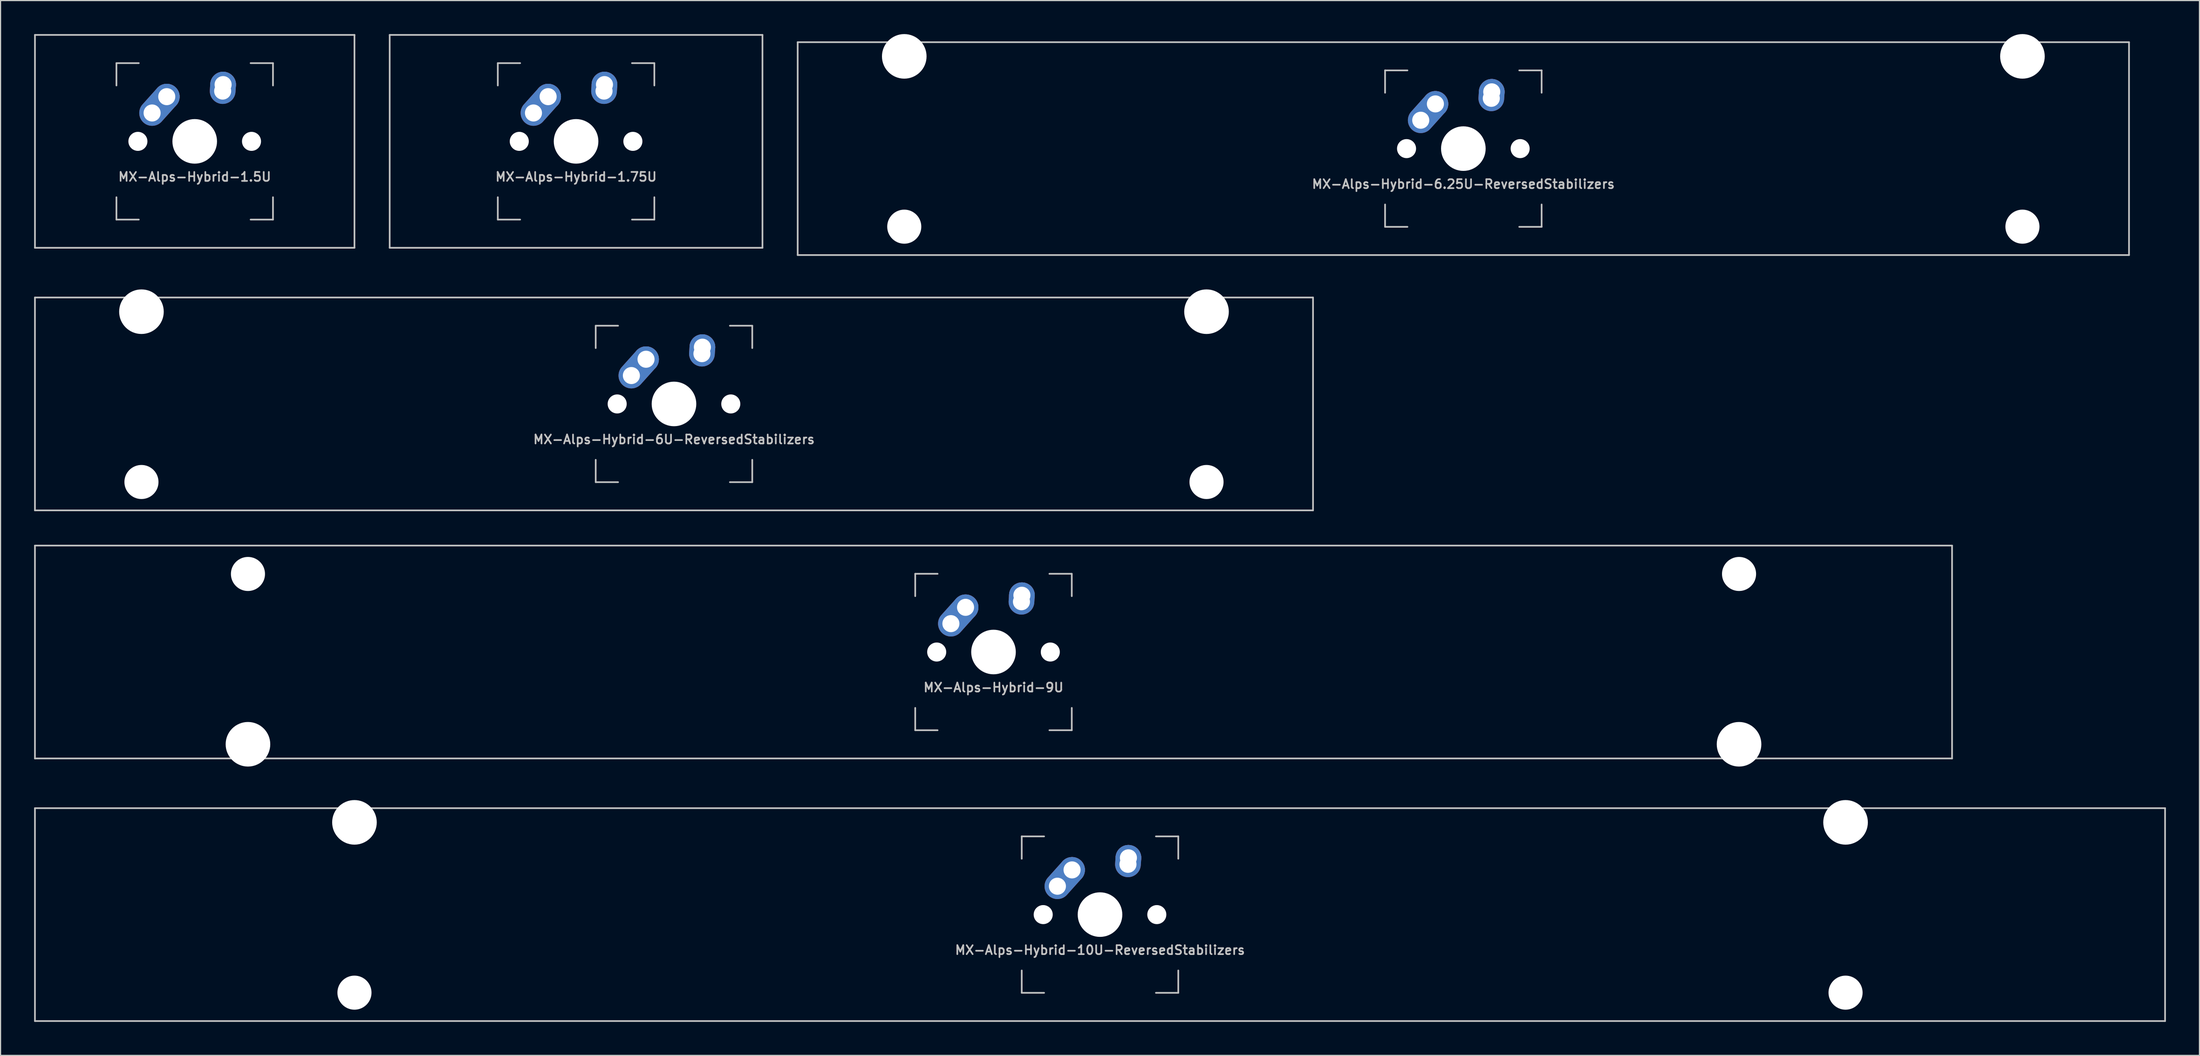
<source format=kicad_pcb>
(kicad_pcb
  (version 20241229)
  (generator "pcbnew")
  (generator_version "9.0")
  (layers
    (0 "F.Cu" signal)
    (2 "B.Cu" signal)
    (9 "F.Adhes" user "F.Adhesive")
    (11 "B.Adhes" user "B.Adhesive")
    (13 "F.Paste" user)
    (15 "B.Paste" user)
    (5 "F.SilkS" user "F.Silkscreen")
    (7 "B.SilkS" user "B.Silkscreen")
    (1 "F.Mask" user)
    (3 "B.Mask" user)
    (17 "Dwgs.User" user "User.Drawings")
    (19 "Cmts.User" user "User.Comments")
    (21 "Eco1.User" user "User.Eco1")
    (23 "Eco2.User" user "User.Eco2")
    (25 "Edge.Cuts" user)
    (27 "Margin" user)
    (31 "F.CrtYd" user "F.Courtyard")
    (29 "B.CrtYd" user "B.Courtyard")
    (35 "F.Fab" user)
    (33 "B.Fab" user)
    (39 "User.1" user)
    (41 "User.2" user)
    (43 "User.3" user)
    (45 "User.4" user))
  (footprint "MX-Alps-Hybrid-9U"
    (layer "F.Cu")
    (at 85.8 55.298)
    (property "Reference" "MX-Alps-Hybrid-9U" (at 0 3.175 0) (layer "Dwgs.User") (effects (font (size 0.8 0.8) (thickness 0.15))))
    (attr through_hole)
    (fp_line (start -85.725 9.525) (end -85.725 -9.525) (stroke (width 0.15) (type solid)) (layer "Dwgs.User"))
    (fp_line (start -7 -7) (end -7 -5) (stroke (width 0.15) (type solid)) (layer "Dwgs.User"))
    (fp_line (start -7 5) (end -7 7) (stroke (width 0.15) (type solid)) (layer "Dwgs.User"))
    (fp_line (start -7 7) (end -5 7) (stroke (width 0.15) (type solid)) (layer "Dwgs.User"))
    (fp_line (start -5 -7) (end -7 -7) (stroke (width 0.15) (type solid)) (layer "Dwgs.User"))
    (fp_line (start 5 -7) (end 7 -7) (stroke (width 0.15) (type solid)) (layer "Dwgs.User"))
    (fp_line (start 5 7) (end 7 7) (stroke (width 0.15) (type solid)) (layer "Dwgs.User"))
    (fp_line (start 7 -7) (end 7 -5) (stroke (width 0.15) (type solid)) (layer "Dwgs.User"))
    (fp_line (start 7 7) (end 7 5) (stroke (width 0.15) (type solid)) (layer "Dwgs.User"))
    (fp_line (start 85.725 -9.525) (end -85.725 -9.525) (stroke (width 0.15) (type solid)) (layer "Dwgs.User"))
    (fp_line (start 85.725 9.525) (end -85.725 9.525) (stroke (width 0.15) (type solid)) (layer "Dwgs.User"))
    (fp_line (start 85.725 9.525) (end 85.725 -9.525) (stroke (width 0.15) (type solid)) (layer "Dwgs.User"))
    (pad "" np_thru_hole circle (at -66.675 -6.985) (size 3.048 3.048) (drill 3.048) (layers "*.Cu" "*.Mask"))
    (pad "" np_thru_hole circle (at -66.675 8.255) (size 3.988 3.988) (drill 3.988) (layers "*.Cu" "*.Mask"))
    (pad "" np_thru_hole circle (at -5.08 0 48.099) (size 1.702 1.702) (drill 1.702) (layers "*.Cu" "*.Mask"))
    (pad "" np_thru_hole circle (at 0 0) (size 3.988 3.988) (drill 3.988) (layers "*.Cu" "*.Mask"))
    (pad "" np_thru_hole circle (at 5.08 0 48.099) (size 1.702 1.702) (drill 1.702) (layers "*.Cu" "*.Mask"))
    (pad "" np_thru_hole circle (at 66.675 -6.985) (size 3.048 3.048) (drill 3.048) (layers "*.Cu" "*.Mask"))
    (pad "" np_thru_hole circle (at 66.675 8.255) (size 3.988 3.988) (drill 3.988) (layers "*.Cu" "*.Mask"))
    (pad "1" thru_hole oval (at -3.81 -2.54 48.099) (size 4.262 2.3) (drill 1.524 (offset 0.981 0)) (layers "*.Cu" "*.Mask"))
    (pad "1" thru_hole circle (at -2.5 -4) (size 2.3 2.3) (drill 1.524) (layers "*.Cu" "*.Mask"))
    (pad "2" thru_hole oval (at 2.5 -4.5 86.054) (size 2.881 2.3) (drill 1.524 (offset 0.291 0)) (layers "*.Cu" "*.Mask"))
    (pad "2" thru_hole circle (at 2.54 -5.08) (size 2.3 2.3) (drill 1.524) (layers "*.Cu" "*.Mask")))
  (footprint "MX-Alps-Hybrid-1.75U"
    (layer "F.Cu")
    (at 48.469 9.6)
    (property "Reference" "MX-Alps-Hybrid-1.75U" (at 0 3.175 0) (layer "Dwgs.User") (effects (font (size 0.8 0.8) (thickness 0.15))))
    (attr through_hole)
    (fp_line (start -16.669 9.525) (end -16.669 -9.525) (stroke (width 0.15) (type solid)) (layer "Dwgs.User"))
    (fp_line (start -7 -7) (end -7 -5) (stroke (width 0.15) (type solid)) (layer "Dwgs.User"))
    (fp_line (start -7 5) (end -7 7) (stroke (width 0.15) (type solid)) (layer "Dwgs.User"))
    (fp_line (start -7 7) (end -5 7) (stroke (width 0.15) (type solid)) (layer "Dwgs.User"))
    (fp_line (start -5 -7) (end -7 -7) (stroke (width 0.15) (type solid)) (layer "Dwgs.User"))
    (fp_line (start 5 -7) (end 7 -7) (stroke (width 0.15) (type solid)) (layer "Dwgs.User"))
    (fp_line (start 5 7) (end 7 7) (stroke (width 0.15) (type solid)) (layer "Dwgs.User"))
    (fp_line (start 7 -7) (end 7 -5) (stroke (width 0.15) (type solid)) (layer "Dwgs.User"))
    (fp_line (start 7 7) (end 7 5) (stroke (width 0.15) (type solid)) (layer "Dwgs.User"))
    (fp_line (start 16.669 -9.525) (end -16.669 -9.525) (stroke (width 0.15) (type solid)) (layer "Dwgs.User"))
    (fp_line (start 16.669 9.525) (end -16.669 9.525) (stroke (width 0.15) (type solid)) (layer "Dwgs.User"))
    (fp_line (start 16.669 9.525) (end 16.669 -9.525) (stroke (width 0.15) (type solid)) (layer "Dwgs.User"))
    (pad "" np_thru_hole circle (at -5.08 0 48.099) (size 1.702 1.702) (drill 1.702) (layers "*.Cu" "*.Mask"))
    (pad "" np_thru_hole circle (at 0 0) (size 3.988 3.988) (drill 3.988) (layers "*.Cu" "*.Mask"))
    (pad "" np_thru_hole circle (at 5.08 0 48.099) (size 1.702 1.702) (drill 1.702) (layers "*.Cu" "*.Mask"))
    (pad "1" thru_hole oval (at -3.81 -2.54 48.099) (size 4.262 2.3) (drill 1.524 (offset 0.981 0)) (layers "*.Cu" "*.Mask"))
    (pad "1" thru_hole circle (at -2.5 -4) (size 2.3 2.3) (drill 1.524) (layers "*.Cu" "*.Mask"))
    (pad "2" thru_hole oval (at 2.5 -4.5 86.054) (size 2.881 2.3) (drill 1.524 (offset 0.291 0)) (layers "*.Cu" "*.Mask"))
    (pad "2" thru_hole circle (at 2.54 -5.08) (size 2.3 2.3) (drill 1.524) (layers "*.Cu" "*.Mask")))
  (footprint "MX-Alps-Hybrid-6.25U-ReversedStabilizers"
    (layer "F.Cu")
    (at 127.819 10.249)
    (property "Reference" "MX-Alps-Hybrid-6.25U-ReversedStabilizers" (at 0 3.175 0) (layer "Dwgs.User") (effects (font (size 0.8 0.8) (thickness 0.15))))
    (attr through_hole)
    (fp_line (start -59.531 9.525) (end -59.531 -9.525) (stroke (width 0.15) (type solid)) (layer "Dwgs.User"))
    (fp_line (start -7 -7) (end -7 -5) (stroke (width 0.15) (type solid)) (layer "Dwgs.User"))
    (fp_line (start -7 5) (end -7 7) (stroke (width 0.15) (type solid)) (layer "Dwgs.User"))
    (fp_line (start -7 7) (end -5 7) (stroke (width 0.15) (type solid)) (layer "Dwgs.User"))
    (fp_line (start -5 -7) (end -7 -7) (stroke (width 0.15) (type solid)) (layer "Dwgs.User"))
    (fp_line (start 5 -7) (end 7 -7) (stroke (width 0.15) (type solid)) (layer "Dwgs.User"))
    (fp_line (start 5 7) (end 7 7) (stroke (width 0.15) (type solid)) (layer "Dwgs.User"))
    (fp_line (start 7 -7) (end 7 -5) (stroke (width 0.15) (type solid)) (layer "Dwgs.User"))
    (fp_line (start 7 7) (end 7 5) (stroke (width 0.15) (type solid)) (layer "Dwgs.User"))
    (fp_line (start 59.531 -9.525) (end -59.531 -9.525) (stroke (width 0.15) (type solid)) (layer "Dwgs.User"))
    (fp_line (start 59.531 9.525) (end -59.531 9.525) (stroke (width 0.15) (type solid)) (layer "Dwgs.User"))
    (fp_line (start 59.531 9.525) (end 59.531 -9.525) (stroke (width 0.15) (type solid)) (layer "Dwgs.User"))
    (pad "" np_thru_hole circle (at -50 -8.255) (size 3.988 3.988) (drill 3.988) (layers "*.Cu" "*.Mask"))
    (pad "" np_thru_hole circle (at -50 6.985) (size 3.048 3.048) (drill 3.048) (layers "*.Cu" "*.Mask"))
    (pad "" np_thru_hole circle (at -5.08 0 48.099) (size 1.702 1.702) (drill 1.702) (layers "*.Cu" "*.Mask"))
    (pad "" np_thru_hole circle (at 0 0) (size 3.988 3.988) (drill 3.988) (layers "*.Cu" "*.Mask"))
    (pad "" np_thru_hole circle (at 5.08 0 48.099) (size 1.702 1.702) (drill 1.702) (layers "*.Cu" "*.Mask"))
    (pad "" np_thru_hole circle (at 50 -8.255) (size 3.988 3.988) (drill 3.988) (layers "*.Cu" "*.Mask"))
    (pad "" np_thru_hole circle (at 50 6.985) (size 3.048 3.048) (drill 3.048) (layers "*.Cu" "*.Mask"))
    (pad "1" thru_hole oval (at -3.81 -2.54 48.099) (size 4.262 2.3) (drill 1.524 (offset 0.981 0)) (layers "*.Cu" "*.Mask"))
    (pad "1" thru_hole circle (at -2.5 -4) (size 2.3 2.3) (drill 1.524) (layers "*.Cu" "*.Mask"))
    (pad "2" thru_hole oval (at 2.5 -4.5 86.054) (size 2.881 2.3) (drill 1.524 (offset 0.291 0)) (layers "*.Cu" "*.Mask"))
    (pad "2" thru_hole circle (at 2.54 -5.08) (size 2.3 2.3) (drill 1.524) (layers "*.Cu" "*.Mask")))
  (footprint "MX-Alps-Hybrid-6U-ReversedStabilizers"
    (layer "F.Cu")
    (at 57.225 33.098)
    (property "Reference" "MX-Alps-Hybrid-6U-ReversedStabilizers" (at 0 3.175 0) (layer "Dwgs.User") (effects (font (size 0.8 0.8) (thickness 0.15))))
    (attr through_hole)
    (fp_line (start -57.15 9.525) (end -57.15 -9.525) (stroke (width 0.15) (type solid)) (layer "Dwgs.User"))
    (fp_line (start -7 -7) (end -7 -5) (stroke (width 0.15) (type solid)) (layer "Dwgs.User"))
    (fp_line (start -7 5) (end -7 7) (stroke (width 0.15) (type solid)) (layer "Dwgs.User"))
    (fp_line (start -7 7) (end -5 7) (stroke (width 0.15) (type solid)) (layer "Dwgs.User"))
    (fp_line (start -5 -7) (end -7 -7) (stroke (width 0.15) (type solid)) (layer "Dwgs.User"))
    (fp_line (start 5 -7) (end 7 -7) (stroke (width 0.15) (type solid)) (layer "Dwgs.User"))
    (fp_line (start 5 7) (end 7 7) (stroke (width 0.15) (type solid)) (layer "Dwgs.User"))
    (fp_line (start 7 -7) (end 7 -5) (stroke (width 0.15) (type solid)) (layer "Dwgs.User"))
    (fp_line (start 7 7) (end 7 5) (stroke (width 0.15) (type solid)) (layer "Dwgs.User"))
    (fp_line (start 57.15 -9.525) (end -57.15 -9.525) (stroke (width 0.15) (type solid)) (layer "Dwgs.User"))
    (fp_line (start 57.15 9.525) (end -57.15 9.525) (stroke (width 0.15) (type solid)) (layer "Dwgs.User"))
    (fp_line (start 57.15 9.525) (end 57.15 -9.525) (stroke (width 0.15) (type solid)) (layer "Dwgs.User"))
    (pad "" np_thru_hole circle (at -47.625 -8.255) (size 3.988 3.988) (drill 3.988) (layers "*.Cu" "*.Mask"))
    (pad "" np_thru_hole circle (at -47.625 6.985) (size 3.048 3.048) (drill 3.048) (layers "*.Cu" "*.Mask"))
    (pad "" np_thru_hole circle (at -5.08 0 48.099) (size 1.702 1.702) (drill 1.702) (layers "*.Cu" "*.Mask"))
    (pad "" np_thru_hole circle (at 0 0) (size 3.988 3.988) (drill 3.988) (layers "*.Cu" "*.Mask"))
    (pad "" np_thru_hole circle (at 5.08 0 48.099) (size 1.702 1.702) (drill 1.702) (layers "*.Cu" "*.Mask"))
    (pad "" np_thru_hole circle (at 47.625 -8.255) (size 3.988 3.988) (drill 3.988) (layers "*.Cu" "*.Mask"))
    (pad "" np_thru_hole circle (at 47.625 6.985) (size 3.048 3.048) (drill 3.048) (layers "*.Cu" "*.Mask"))
    (pad "1" thru_hole oval (at -3.81 -2.54 48.099) (size 4.262 2.3) (drill 1.524 (offset 0.981 0)) (layers "*.Cu" "*.Mask"))
    (pad "1" thru_hole circle (at -2.5 -4) (size 2.3 2.3) (drill 1.524) (layers "*.Cu" "*.Mask"))
    (pad "2" thru_hole oval (at 2.5 -4.5 86.054) (size 2.881 2.3) (drill 1.524 (offset 0.291 0)) (layers "*.Cu" "*.Mask"))
    (pad "2" thru_hole circle (at 2.54 -5.08) (size 2.3 2.3) (drill 1.524) (layers "*.Cu" "*.Mask")))
  (footprint "MX-Alps-Hybrid-1.5U"
    (layer "F.Cu")
    (at 14.363 9.6)
    (property "Reference" "MX-Alps-Hybrid-1.5U" (at 0 3.175 0) (layer "Dwgs.User") (effects (font (size 0.8 0.8) (thickness 0.15))))
    (attr through_hole)
    (fp_line (start -14.287 9.525) (end -14.287 -9.525) (stroke (width 0.15) (type solid)) (layer "Dwgs.User"))
    (fp_line (start -7 -7) (end -7 -5) (stroke (width 0.15) (type solid)) (layer "Dwgs.User"))
    (fp_line (start -7 5) (end -7 7) (stroke (width 0.15) (type solid)) (layer "Dwgs.User"))
    (fp_line (start -7 7) (end -5 7) (stroke (width 0.15) (type solid)) (layer "Dwgs.User"))
    (fp_line (start -5 -7) (end -7 -7) (stroke (width 0.15) (type solid)) (layer "Dwgs.User"))
    (fp_line (start 5 -7) (end 7 -7) (stroke (width 0.15) (type solid)) (layer "Dwgs.User"))
    (fp_line (start 5 7) (end 7 7) (stroke (width 0.15) (type solid)) (layer "Dwgs.User"))
    (fp_line (start 7 -7) (end 7 -5) (stroke (width 0.15) (type solid)) (layer "Dwgs.User"))
    (fp_line (start 7 7) (end 7 5) (stroke (width 0.15) (type solid)) (layer "Dwgs.User"))
    (fp_line (start 14.287 -9.525) (end -14.287 -9.525) (stroke (width 0.15) (type solid)) (layer "Dwgs.User"))
    (fp_line (start 14.287 9.525) (end -14.287 9.525) (stroke (width 0.15) (type solid)) (layer "Dwgs.User"))
    (fp_line (start 14.287 9.525) (end 14.287 -9.525) (stroke (width 0.15) (type solid)) (layer "Dwgs.User"))
    (pad "" np_thru_hole circle (at -5.08 0 48.099) (size 1.702 1.702) (drill 1.702) (layers "*.Cu" "*.Mask"))
    (pad "" np_thru_hole circle (at 0 0) (size 3.988 3.988) (drill 3.988) (layers "*.Cu" "*.Mask"))
    (pad "" np_thru_hole circle (at 5.08 0 48.099) (size 1.702 1.702) (drill 1.702) (layers "*.Cu" "*.Mask"))
    (pad "1" thru_hole oval (at -3.81 -2.54 48.099) (size 4.262 2.3) (drill 1.524 (offset 0.981 0)) (layers "*.Cu" "*.Mask"))
    (pad "1" thru_hole circle (at -2.5 -4) (size 2.3 2.3) (drill 1.524) (layers "*.Cu" "*.Mask"))
    (pad "2" thru_hole oval (at 2.5 -4.5 86.054) (size 2.881 2.3) (drill 1.524 (offset 0.291 0)) (layers "*.Cu" "*.Mask"))
    (pad "2" thru_hole circle (at 2.54 -5.08) (size 2.3 2.3) (drill 1.524) (layers "*.Cu" "*.Mask")))
  (footprint "MX-Alps-Hybrid-10U-ReversedStabilizers"
    (layer "F.Cu")
    (at 95.325 78.796)
    (property "Reference" "MX-Alps-Hybrid-10U-ReversedStabilizers" (at 0 3.175 0) (layer "Dwgs.User") (effects (font (size 0.8 0.8) (thickness 0.15))))
    (attr through_hole)
    (fp_line (start -95.25 9.525) (end -95.25 -9.525) (stroke (width 0.15) (type solid)) (layer "Dwgs.User"))
    (fp_line (start -7 -7) (end -7 -5) (stroke (width 0.15) (type solid)) (layer "Dwgs.User"))
    (fp_line (start -7 5) (end -7 7) (stroke (width 0.15) (type solid)) (layer "Dwgs.User"))
    (fp_line (start -7 7) (end -5 7) (stroke (width 0.15) (type solid)) (layer "Dwgs.User"))
    (fp_line (start -5 -7) (end -7 -7) (stroke (width 0.15) (type solid)) (layer "Dwgs.User"))
    (fp_line (start 5 -7) (end 7 -7) (stroke (width 0.15) (type solid)) (layer "Dwgs.User"))
    (fp_line (start 5 7) (end 7 7) (stroke (width 0.15) (type solid)) (layer "Dwgs.User"))
    (fp_line (start 7 -7) (end 7 -5) (stroke (width 0.15) (type solid)) (layer "Dwgs.User"))
    (fp_line (start 7 7) (end 7 5) (stroke (width 0.15) (type solid)) (layer "Dwgs.User"))
    (fp_line (start 95.25 -9.525) (end -95.25 -9.525) (stroke (width 0.15) (type solid)) (layer "Dwgs.User"))
    (fp_line (start 95.25 9.525) (end -95.25 9.525) (stroke (width 0.15) (type solid)) (layer "Dwgs.User"))
    (fp_line (start 95.25 9.525) (end 95.25 -9.525) (stroke (width 0.15) (type solid)) (layer "Dwgs.User"))
    (pad "" np_thru_hole circle (at -66.675 -8.255) (size 3.988 3.988) (drill 3.988) (layers "*.Cu" "*.Mask"))
    (pad "" np_thru_hole circle (at -66.675 6.985) (size 3.048 3.048) (drill 3.048) (layers "*.Cu" "*.Mask"))
    (pad "" np_thru_hole circle (at -5.08 0 48.099) (size 1.702 1.702) (drill 1.702) (layers "*.Cu" "*.Mask"))
    (pad "" np_thru_hole circle (at 0 0) (size 3.988 3.988) (drill 3.988) (layers "*.Cu" "*.Mask"))
    (pad "" np_thru_hole circle (at 5.08 0 48.099) (size 1.702 1.702) (drill 1.702) (layers "*.Cu" "*.Mask"))
    (pad "" np_thru_hole circle (at 66.675 -8.255) (size 3.988 3.988) (drill 3.988) (layers "*.Cu" "*.Mask"))
    (pad "" np_thru_hole circle (at 66.675 6.985) (size 3.048 3.048) (drill 3.048) (layers "*.Cu" "*.Mask"))
    (pad "1" thru_hole oval (at -3.81 -2.54 48.099) (size 4.262 2.3) (drill 1.524 (offset 0.981 0)) (layers "*.Cu" "*.Mask"))
    (pad "1" thru_hole circle (at -2.5 -4) (size 2.3 2.3) (drill 1.524) (layers "*.Cu" "*.Mask"))
    (pad "2" thru_hole oval (at 2.5 -4.5 86.054) (size 2.881 2.3) (drill 1.524 (offset 0.291 0)) (layers "*.Cu" "*.Mask"))
    (pad "2" thru_hole circle (at 2.54 -5.08) (size 2.3 2.3) (drill 1.524) (layers "*.Cu" "*.Mask")))
  (gr_rect
    (start -3 -3)
    (end 193.65 91.396)
    (stroke (width 0.1) (type default))
    (fill no)
    (layer "Edge.Cuts")))
</source>
